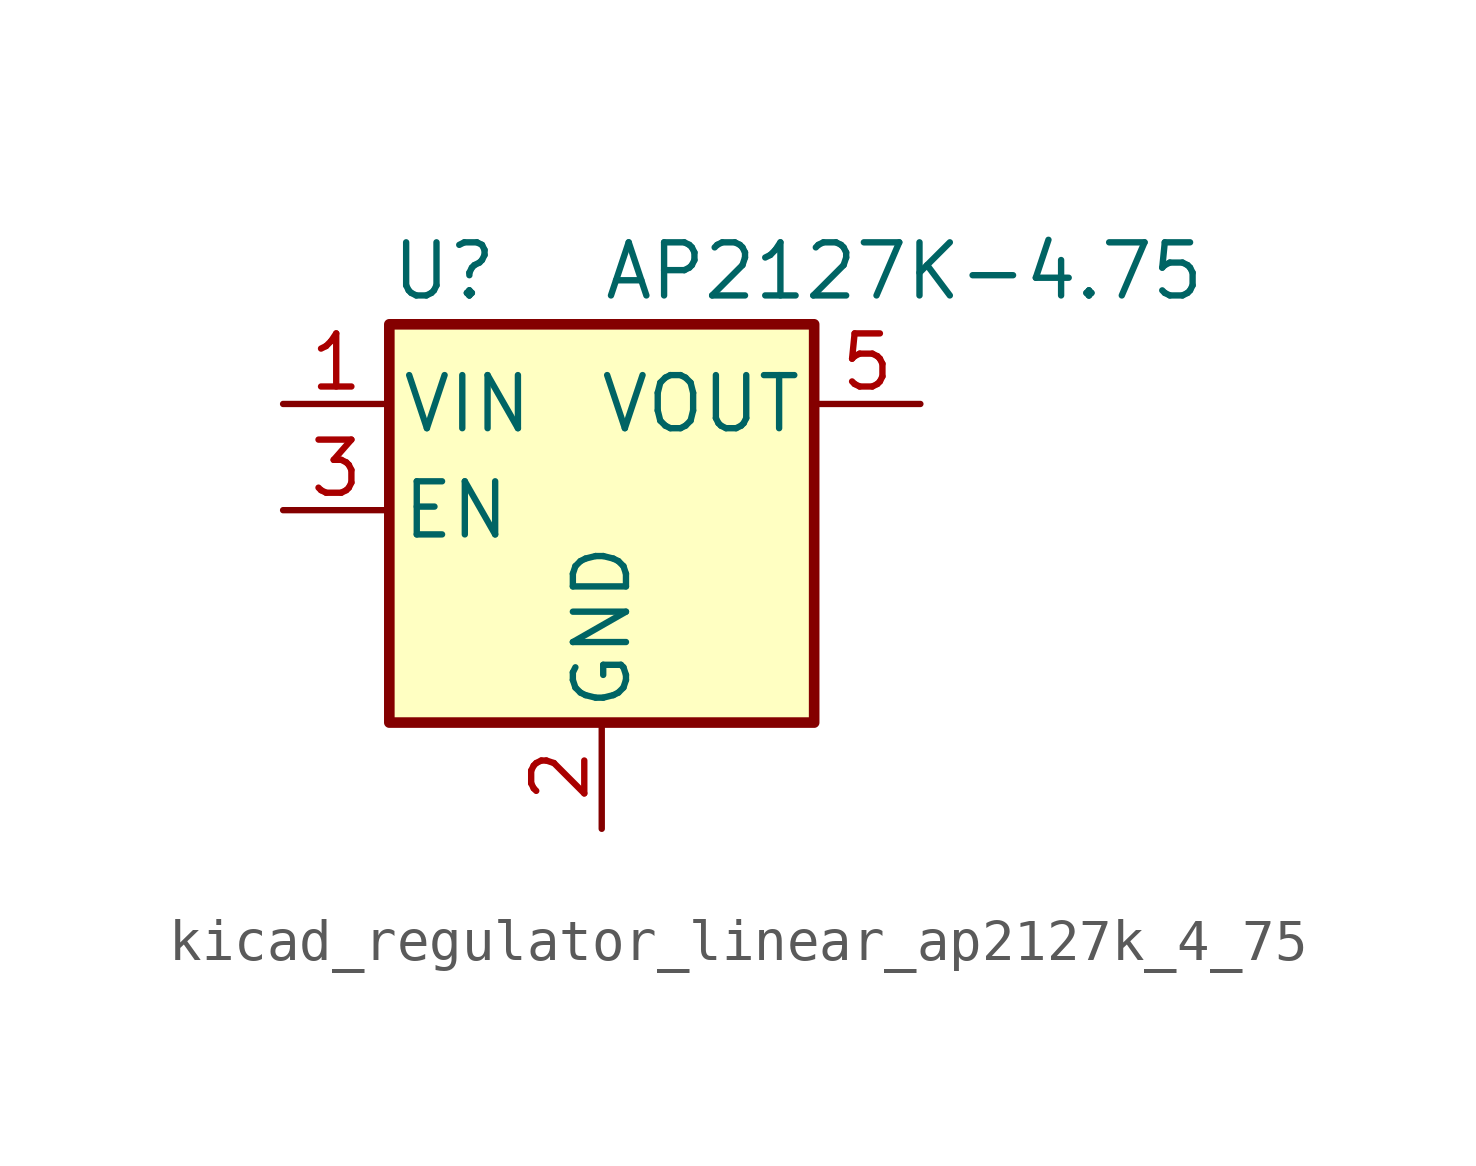
<source format=kicad_sym>
(kicad_symbol_lib
  (version 20220914)
  (generator kicad_symbol_editor)
  (symbol "kicad_regulator_linear_ap2127k_4_75"
    (pin_names
      (offset 0.254))
    (property "Reference" "U"
      (at -5.08 5.715 0)
      (effects (font (size 1.27 1.27)) (justify left)))
    (property "Value" "AP2127K-4.75"
      (at 0 5.715 0)
      (effects (font (size 1.27 1.27)) (justify left)))
    (symbol "kicad_regulator_linear_ap2127k_4_75_0_1"
      (rectangle (start -5.08 4.445) (end 5.08 -5.08) (stroke (width 0.254) (type default)) (fill (type background))))
    (symbol "kicad_regulator_linear_ap2127k_4_75_1_1"
      (pin power_in line (at -7.62 2.54 0) (length 2.54) (name "VIN" (effects (font (size 1.27 1.27)))) (number "1" (effects (font (size 1.27 1.27)))))
      (pin power_in line (at 0 -7.62 90) (length 2.54) (name "GND" (effects (font (size 1.27 1.27)))) (number "2" (effects (font (size 1.27 1.27)))))
      (pin input line (at -7.62 0 0) (length 2.54) (name "EN" (effects (font (size 1.27 1.27)))) (number "3" (effects (font (size 1.27 1.27)))))
      (pin no_connect line (at 5.08 0 180) (length 2.54) hide (name "NC" (effects (font (size 1.27 1.27)))) (number "4" (effects (font (size 1.27 1.27)))))
      (pin power_out line (at 7.62 2.54 180) (length 2.54) (name "VOUT" (effects (font (size 1.27 1.27)))) (number "5" (effects (font (size 1.27 1.27))))))))
</source>
